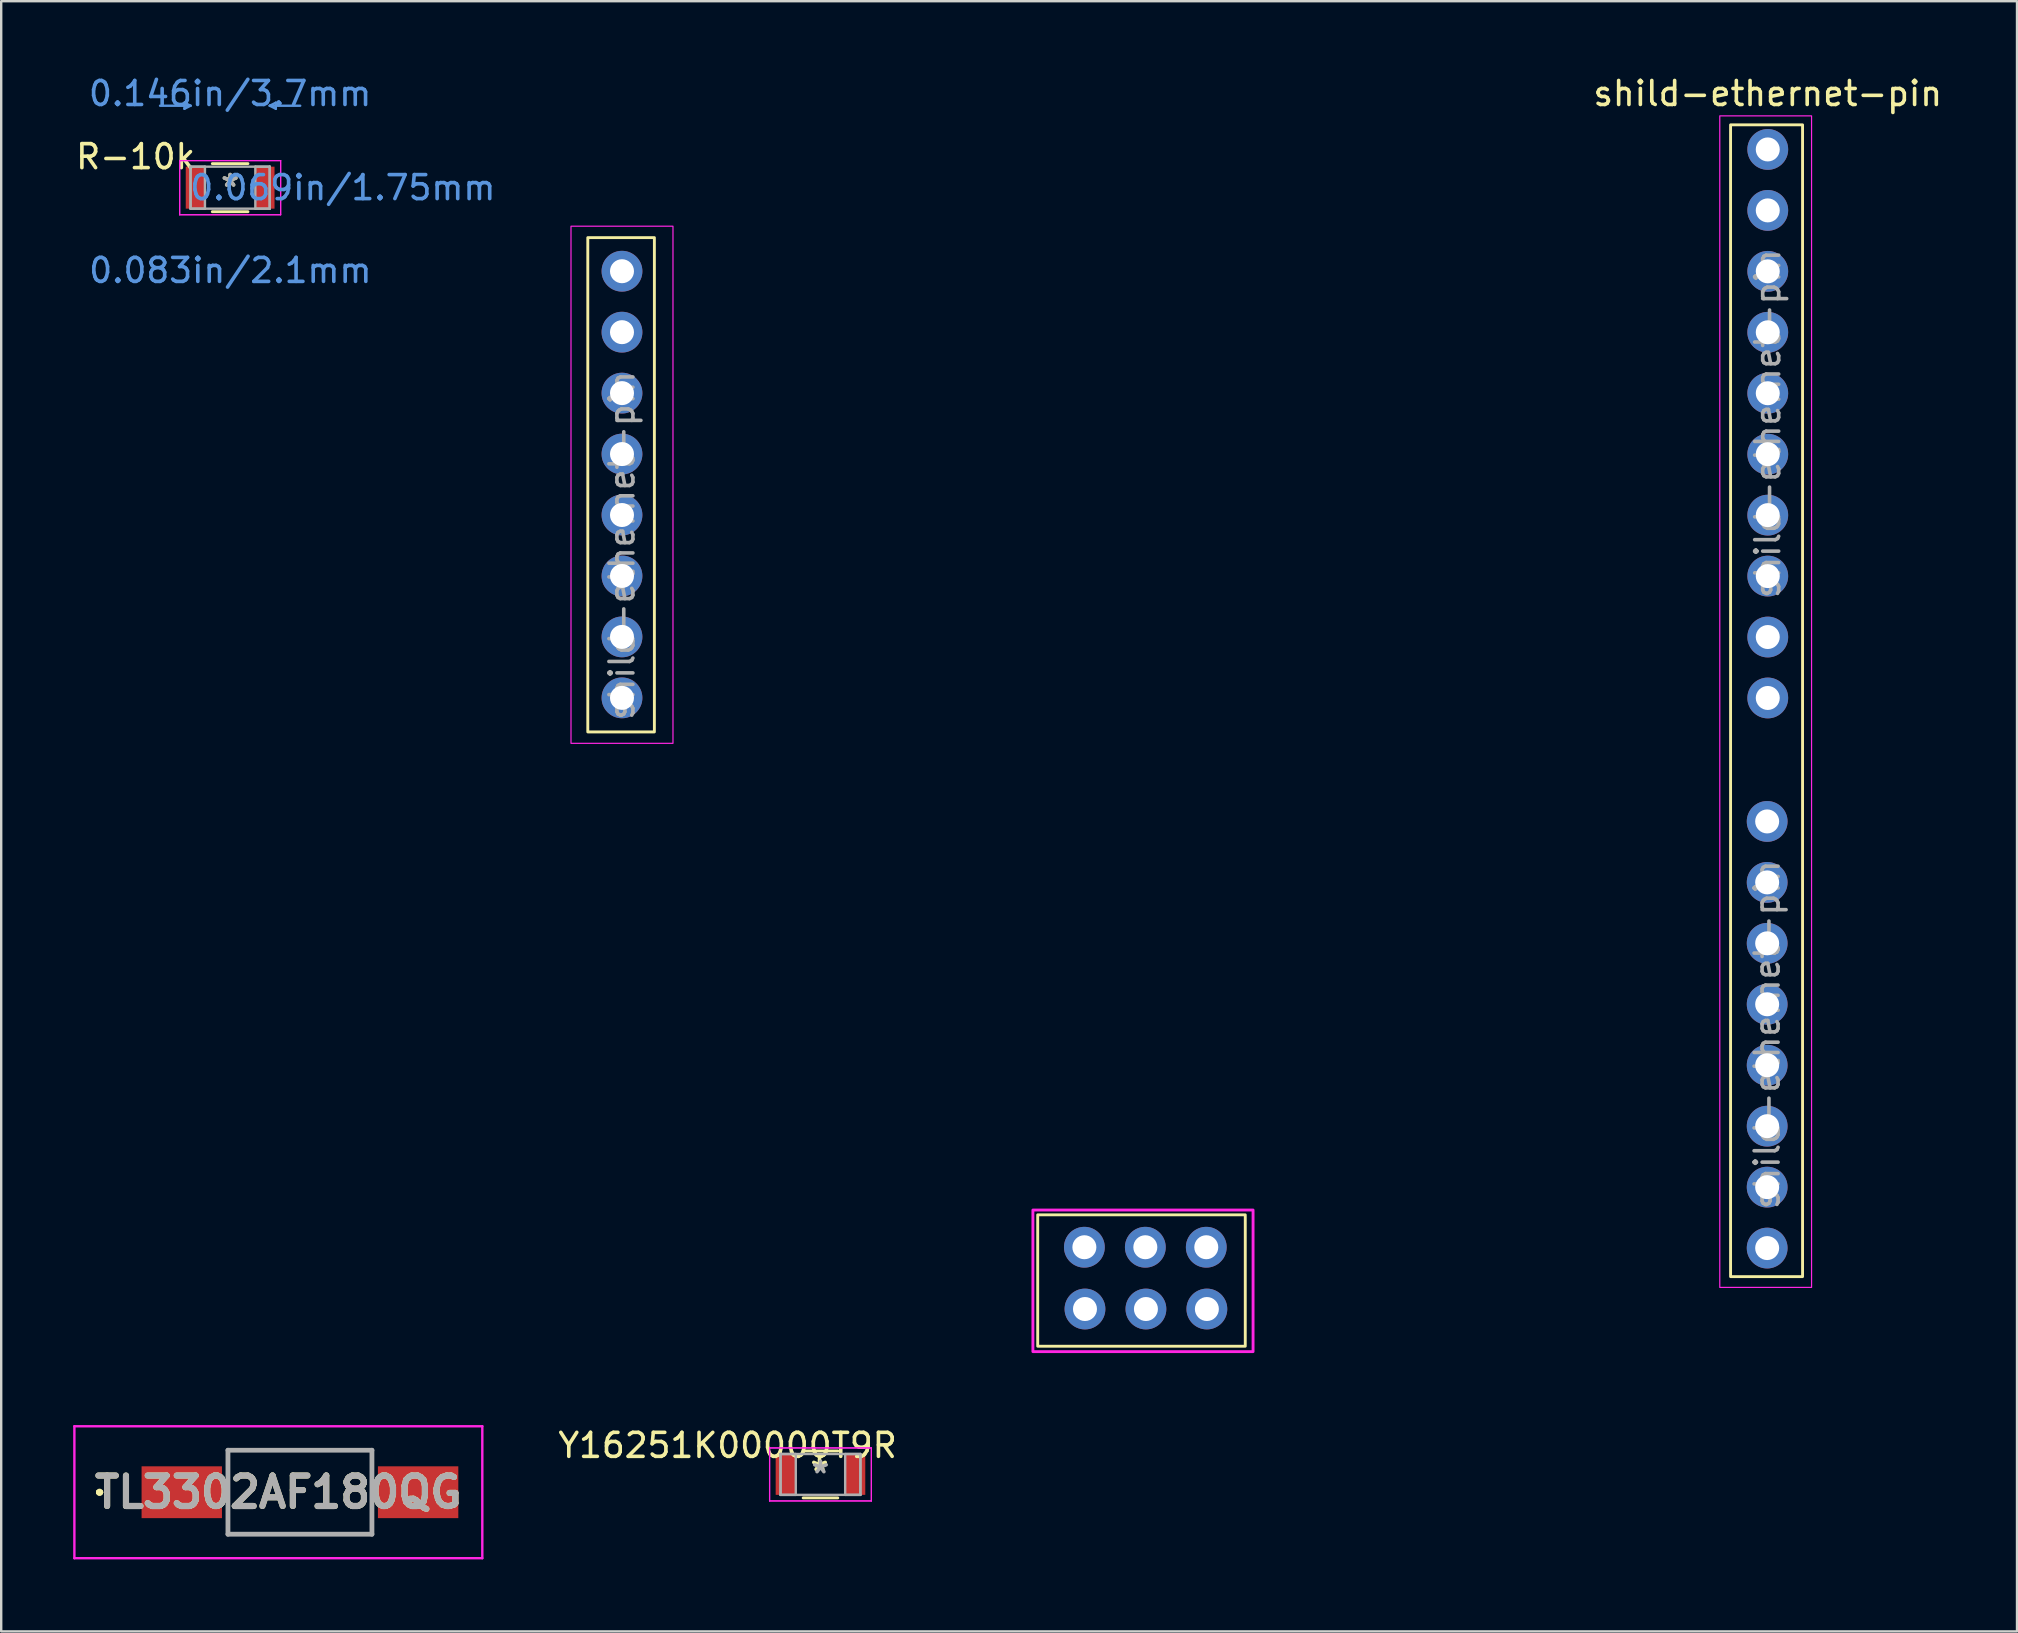
<source format=kicad_pcb>
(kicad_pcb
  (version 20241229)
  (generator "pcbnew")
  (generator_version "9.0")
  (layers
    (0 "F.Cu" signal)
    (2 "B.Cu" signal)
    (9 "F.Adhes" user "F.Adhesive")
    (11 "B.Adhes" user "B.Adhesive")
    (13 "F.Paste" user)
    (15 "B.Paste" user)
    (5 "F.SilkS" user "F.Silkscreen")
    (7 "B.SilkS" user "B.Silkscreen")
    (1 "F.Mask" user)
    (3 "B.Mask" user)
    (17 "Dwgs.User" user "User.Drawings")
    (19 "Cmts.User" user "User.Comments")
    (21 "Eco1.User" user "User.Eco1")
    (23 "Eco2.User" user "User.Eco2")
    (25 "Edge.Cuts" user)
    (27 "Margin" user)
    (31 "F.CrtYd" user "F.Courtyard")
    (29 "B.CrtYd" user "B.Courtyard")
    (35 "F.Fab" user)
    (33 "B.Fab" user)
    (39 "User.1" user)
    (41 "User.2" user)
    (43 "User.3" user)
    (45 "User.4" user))
  (footprint "TL3302AF180QG"
    (layer "F.Cu")
    (at 9.45 59.138)
    (property "Reference" "TL3302AF180QG" (at -0.9 0 0) (layer "F.SilkS") (effects (font (size 1.27 1.27) (thickness 0.254))))
    (attr smd)
    (fp_line (start -8.4 0) (end -8.4 0) (stroke (width 0.2) (type solid)) (layer "F.SilkS"))
    (fp_line (start -8.4 0) (end -8.4 0) (stroke (width 0.2) (type solid)) (layer "F.SilkS"))
    (fp_line (start -8.3 0) (end -8.3 0) (stroke (width 0.2) (type solid)) (layer "F.SilkS"))
    (fp_line (start -3 -1.75) (end -3 1.75) (stroke (width 0.1) (type solid)) (layer "F.SilkS"))
    (fp_line (start -3 1.75) (end 3 1.75) (stroke (width 0.1) (type solid)) (layer "F.SilkS"))
    (fp_line (start 3 -1.75) (end -3 -1.75) (stroke (width 0.1) (type solid)) (layer "F.SilkS"))
    (fp_line (start 3 1.75) (end 3 -1.75) (stroke (width 0.1) (type solid)) (layer "F.SilkS"))
    (fp_arc (start -8.4 0) (mid -8.35 -0.05) (end -8.3 0) (stroke (width 0.2) (type solid)) (layer "F.SilkS"))
    (fp_arc (start -8.3 0) (mid -8.35 0.05) (end -8.4 0) (stroke (width 0.2) (type solid)) (layer "F.SilkS"))
    (fp_arc (start -8.3 0) (mid -8.35 0.05) (end -8.4 0) (stroke (width 0.2) (type solid)) (layer "F.SilkS"))
    (fp_line (start -9.4 -2.75) (end 7.6 -2.75) (stroke (width 0.1) (type solid)) (layer "F.CrtYd"))
    (fp_line (start -9.4 2.75) (end -9.4 -2.75) (stroke (width 0.1) (type solid)) (layer "F.CrtYd"))
    (fp_line (start 7.6 -2.75) (end 7.6 2.75) (stroke (width 0.1) (type solid)) (layer "F.CrtYd"))
    (fp_line (start 7.6 2.75) (end -9.4 2.75) (stroke (width 0.1) (type solid)) (layer "F.CrtYd"))
    (fp_line (start -3 -1.75) (end -3 1.75) (stroke (width 0.2) (type solid)) (layer "F.Fab"))
    (fp_line (start -3 1.75) (end 3 1.75) (stroke (width 0.2) (type solid)) (layer "F.Fab"))
    (fp_line (start 3 -1.75) (end -3 -1.75) (stroke (width 0.2) (type solid)) (layer "F.Fab"))
    (fp_line (start 3 1.75) (end 3 -1.75) (stroke (width 0.2) (type solid)) (layer "F.Fab"))
    (fp_text user "${REFERENCE}" (at -0.9 0 0) (layer "F.Fab") (effects (font (size 1.27 1.27) (thickness 0.254))))
    (pad "1" smd rect (at -4.925 0 90) (size 2.16 3.35) (layers "F.Cu" "F.Mask" "F.Paste"))
    (pad "2" smd rect (at 4.925 0 90) (size 2.16 3.35) (layers "F.Cu" "F.Mask" "F.Paste")))
  (footprint "Y16251K00000T9R"
    (layer "F.Cu")
    (at 31.143 58.397)
    (property "Reference" "Y16251K00000T9R" (at -3.87 -1.21 0) (layer "F.SilkS") (effects (font (size 1 1) (thickness 0.15))))
    (attr through_hole)
    (fp_line (start -0.721 0.978) (end 0.721 0.978) (stroke (width 0.12) (type solid)) (layer "F.SilkS"))
    (fp_line (start 0.721 -0.978) (end -0.721 -0.978) (stroke (width 0.12) (type solid)) (layer "F.SilkS"))
    (fp_line (start -2.121 -1.105) (end 2.121 -1.105) (stroke (width 0.05) (type solid)) (layer "F.CrtYd"))
    (fp_line (start -2.121 -1.105) (end 2.121 -1.105) (stroke (width 0.05) (type solid)) (layer "F.CrtYd"))
    (fp_line (start -2.121 1.105) (end -2.121 -1.105) (stroke (width 0.05) (type solid)) (layer "F.CrtYd"))
    (fp_line (start -2.121 1.105) (end -2.121 -1.105) (stroke (width 0.05) (type solid)) (layer "F.CrtYd"))
    (fp_line (start 2.121 -1.105) (end 2.121 1.105) (stroke (width 0.05) (type solid)) (layer "F.CrtYd"))
    (fp_line (start 2.121 -1.105) (end 2.121 1.105) (stroke (width 0.05) (type solid)) (layer "F.CrtYd"))
    (fp_line (start 2.121 1.105) (end -2.121 1.105) (stroke (width 0.05) (type solid)) (layer "F.CrtYd"))
    (fp_line (start 2.121 1.105) (end -2.121 1.105) (stroke (width 0.05) (type solid)) (layer "F.CrtYd"))
    (fp_line (start -1.664 -0.851) (end -1.664 0.851) (stroke (width 0.1) (type solid)) (layer "F.Fab"))
    (fp_line (start -1.664 -0.851) (end -1.664 0.851) (stroke (width 0.1) (type solid)) (layer "F.Fab"))
    (fp_line (start -1.664 0.851) (end -1.029 0.851) (stroke (width 0.1) (type solid)) (layer "F.Fab"))
    (fp_line (start -1.664 0.851) (end 1.664 0.851) (stroke (width 0.1) (type solid)) (layer "F.Fab"))
    (fp_line (start -1.029 -0.851) (end -1.664 -0.851) (stroke (width 0.1) (type solid)) (layer "F.Fab"))
    (fp_line (start -1.029 0.851) (end -1.029 -0.851) (stroke (width 0.1) (type solid)) (layer "F.Fab"))
    (fp_line (start 1.029 -0.851) (end 1.029 0.851) (stroke (width 0.1) (type solid)) (layer "F.Fab"))
    (fp_line (start 1.029 0.851) (end 1.664 0.851) (stroke (width 0.1) (type solid)) (layer "F.Fab"))
    (fp_line (start 1.664 -0.851) (end -1.664 -0.851) (stroke (width 0.1) (type solid)) (layer "F.Fab"))
    (fp_line (start 1.664 -0.851) (end 1.029 -0.851) (stroke (width 0.1) (type solid)) (layer "F.Fab"))
    (fp_line (start 1.664 0.851) (end 1.664 -0.851) (stroke (width 0.1) (type solid)) (layer "F.Fab"))
    (fp_line (start 1.664 0.851) (end 1.664 -0.851) (stroke (width 0.1) (type solid)) (layer "F.Fab"))
    (fp_text user "*" (at -0.04 -0.1 0) (layer "F.SilkS") (effects (font (size 1 1) (thickness 0.15))))
    (fp_text user "Copyright 2021 Accelerated Designs. All rights reserved." (at 0 0 0) (layer "Cmts.User") (effects (font (size 0.127 0.127) (thickness 0.002))))
    (fp_text user "*" (at 0 0 0) (layer "F.Fab") (effects (font (size 1 1) (thickness 0.15))))
    (pad "1" smd rect (at -1.448 0) (size 0.838 1.702) (layers "F.Cu" "F.Mask" "F.Paste"))
    (pad "2" smd rect (at 1.448 0) (size 0.838 1.702) (layers "F.Cu" "F.Mask" "F.Paste")))
  (footprint "shild-ethernet-pin"
    (layer "F.Cu")
    (at 44.696 24.903)
    (property "Reference" "shild-ethernet-pin" (at 25.925 -24.055 0) (layer "F.SilkS") (effects (font (size 1 1) (thickness 0.15))))
    (attr through_hole)
    (fp_rect (start -23.25 -18.05) (end -20.475 2.55) (stroke (width 0.12) (type solid)) (fill no) (layer "F.SilkS"))
    (fp_rect (start -4.5 22.675) (end 4.15 28.15) (stroke (width 0.12) (type solid)) (fill no) (layer "F.SilkS"))
    (fp_rect (start 24.375 -22.75) (end 27.375 25.25) (stroke (width 0.12) (type solid)) (fill no) (layer "F.SilkS"))
    (fp_rect (start -23.95 -18.525) (end -19.7 3.025) (stroke (width 0.05) (type solid)) (fill no) (layer "F.CrtYd"))
    (fp_rect (start -4.7 22.475) (end 4.475 28.375) (stroke (width 0.12) (type solid)) (fill no) (layer "F.CrtYd"))
    (fp_rect (start 23.925 -23.125) (end 27.75 25.7) (stroke (width 0.05) (type solid)) (fill no) (layer "F.CrtYd"))
    (fp_text user "${REFERENCE}" (at 25.925 -10.295 90) (layer "F.Fab") (effects (font (size 1 1) (thickness 0.15))))
    (fp_text user "${REFERENCE}" (at 25.9 15.17 270) (layer "F.Fab") (effects (font (size 1 1) (thickness 0.15))))
    (fp_text user "${REFERENCE}" (at -21.825 -5.22 90) (layer "F.Fab") (effects (font (size 1 1) (thickness 0.15))))
    (pad "1" thru_hole oval (at 25.9 24.06 180) (size 1.7 1.7) (drill 1) (layers "*.Cu" "*.Mask"))
    (pad "2" thru_hole oval (at 25.9 21.52 180) (size 1.7 1.7) (drill 1) (layers "*.Cu" "*.Mask"))
    (pad "3" thru_hole oval (at 25.9 18.98 180) (size 1.7 1.7) (drill 1) (layers "*.Cu" "*.Mask"))
    (pad "4" thru_hole oval (at 25.9 16.44 180) (size 1.7 1.7) (drill 1) (layers "*.Cu" "*.Mask"))
    (pad "5" thru_hole oval (at 25.9 13.9 180) (size 1.7 1.7) (drill 1) (layers "*.Cu" "*.Mask"))
    (pad "6" thru_hole oval (at 25.9 11.36 180) (size 1.7 1.7) (drill 1) (layers "*.Cu" "*.Mask"))
    (pad "7" thru_hole oval (at 25.9 8.82 180) (size 1.7 1.7) (drill 1) (layers "*.Cu" "*.Mask"))
    (pad "8" thru_hole oval (at 25.9 6.28 180) (size 1.7 1.7) (drill 1) (layers "*.Cu" "*.Mask"))
    (pad "9" thru_hole oval (at 25.925 1.135) (size 1.7 1.7) (drill 1) (layers "*.Cu" "*.Mask"))
    (pad "10" thru_hole oval (at 25.925 -1.405) (size 1.7 1.7) (drill 1) (layers "*.Cu" "*.Mask"))
    (pad "11" thru_hole oval (at 25.925 -3.945) (size 1.7 1.7) (drill 1) (layers "*.Cu" "*.Mask"))
    (pad "12" thru_hole oval (at 25.925 -6.485) (size 1.7 1.7) (drill 1) (layers "*.Cu" "*.Mask"))
    (pad "13" thru_hole oval (at 25.925 -9.025) (size 1.7 1.7) (drill 1) (layers "*.Cu" "*.Mask"))
    (pad "14" thru_hole oval (at 25.925 -11.565) (size 1.7 1.7) (drill 1) (layers "*.Cu" "*.Mask"))
    (pad "15" thru_hole oval (at 25.925 -14.105) (size 1.7 1.7) (drill 1) (layers "*.Cu" "*.Mask"))
    (pad "16" thru_hole oval (at 25.925 -16.645) (size 1.7 1.7) (drill 1) (layers "*.Cu" "*.Mask"))
    (pad "17" thru_hole oval (at 25.925 -19.185) (size 1.7 1.7) (drill 1) (layers "*.Cu" "*.Mask"))
    (pad "18" thru_hole oval (at 25.925 -21.725) (size 1.7 1.7) (drill 1) (layers "*.Cu" "*.Mask"))
    (pad "19" thru_hole oval (at -21.825 -16.65) (size 1.7 1.7) (drill 1) (layers "*.Cu" "*.Mask"))
    (pad "20" thru_hole oval (at -21.825 -14.11) (size 1.7 1.7) (drill 1) (layers "*.Cu" "*.Mask"))
    (pad "21" thru_hole oval (at -21.825 -11.57) (size 1.7 1.7) (drill 1) (layers "*.Cu" "*.Mask"))
    (pad "22" thru_hole oval (at -21.825 -9.03) (size 1.7 1.7) (drill 1) (layers "*.Cu" "*.Mask"))
    (pad "23" thru_hole oval (at -21.825 -6.49) (size 1.7 1.7) (drill 1) (layers "*.Cu" "*.Mask"))
    (pad "24" thru_hole oval (at -21.825 -3.95) (size 1.7 1.7) (drill 1) (layers "*.Cu" "*.Mask"))
    (pad "25" thru_hole oval (at -21.825 -1.41) (size 1.7 1.7) (drill 1) (layers "*.Cu" "*.Mask"))
    (pad "26" thru_hole oval (at -21.825 1.13) (size 1.7 1.7) (drill 1) (layers "*.Cu" "*.Mask"))
    (pad "27" thru_hole oval (at 2.525 24.025 270) (size 1.7 1.7) (drill 1) (layers "*.Cu" "*.Mask"))
    (pad "28" thru_hole oval (at 2.55 26.6 270) (size 1.7 1.7) (drill 1) (layers "*.Cu" "*.Mask"))
    (pad "29" thru_hole oval (at -0.015 24.025 270) (size 1.7 1.7) (drill 1) (layers "*.Cu" "*.Mask"))
    (pad "30" thru_hole oval (at 0.01 26.6 270) (size 1.7 1.7) (drill 1) (layers "*.Cu" "*.Mask"))
    (pad "31" thru_hole oval (at -2.555 24.025 270) (size 1.7 1.7) (drill 1) (layers "*.Cu" "*.Mask"))
    (pad "32" thru_hole oval (at -2.53 26.6 270) (size 1.7 1.7) (drill 1) (layers "*.Cu" "*.Mask" "B.Paste")))
  (footprint "R-10k"
    (layer "F.Cu")
    (at 6.541 4.771)
    (property "Reference" "R-10k" (at -3.94 -1.29 0) (layer "F.SilkS") (effects (font (size 1 1) (thickness 0.15))))
    (attr through_hole)
    (fp_line (start -0.742 1.002) (end 0.742 1.002) (stroke (width 0.12) (type solid)) (layer "F.SilkS"))
    (fp_line (start 0.742 -1.002) (end -0.742 -1.002) (stroke (width 0.12) (type solid)) (layer "F.SilkS"))
    (fp_line (start -1.904 -3.542) (end -1.904 -3.288) (stroke (width 0.1) (type solid)) (layer "Cmts.User"))
    (fp_line (start -1.65 -3.415) (end -2.92 -3.415) (stroke (width 0.1) (type solid)) (layer "Cmts.User"))
    (fp_line (start -1.65 -3.415) (end -1.904 -3.542) (stroke (width 0.1) (type solid)) (layer "Cmts.User"))
    (fp_line (start -1.65 -3.415) (end -1.904 -3.288) (stroke (width 0.1) (type solid)) (layer "Cmts.User"))
    (fp_line (start 1.65 -3.415) (end 1.904 -3.542) (stroke (width 0.1) (type solid)) (layer "Cmts.User"))
    (fp_line (start 1.65 -3.415) (end 1.904 -3.288) (stroke (width 0.1) (type solid)) (layer "Cmts.User"))
    (fp_line (start 1.65 -3.415) (end 2.92 -3.415) (stroke (width 0.1) (type solid)) (layer "Cmts.User"))
    (fp_line (start 1.904 -3.542) (end 1.904 -3.288) (stroke (width 0.1) (type solid)) (layer "Cmts.User"))
    (fp_line (start -2.104 -1.129) (end 2.104 -1.129) (stroke (width 0.05) (type solid)) (layer "F.CrtYd"))
    (fp_line (start -2.104 -1.129) (end 2.104 -1.129) (stroke (width 0.05) (type solid)) (layer "F.CrtYd"))
    (fp_line (start -2.104 1.129) (end -2.104 -1.129) (stroke (width 0.05) (type solid)) (layer "F.CrtYd"))
    (fp_line (start -2.104 1.129) (end -2.104 -1.129) (stroke (width 0.05) (type solid)) (layer "F.CrtYd"))
    (fp_line (start 2.104 -1.129) (end 2.104 1.129) (stroke (width 0.05) (type solid)) (layer "F.CrtYd"))
    (fp_line (start 2.104 -1.129) (end 2.104 1.129) (stroke (width 0.05) (type solid)) (layer "F.CrtYd"))
    (fp_line (start 2.104 1.129) (end -2.104 1.129) (stroke (width 0.05) (type solid)) (layer "F.CrtYd"))
    (fp_line (start 2.104 1.129) (end -2.104 1.129) (stroke (width 0.05) (type solid)) (layer "F.CrtYd"))
    (fp_line (start -1.65 -0.875) (end -1.65 0.875) (stroke (width 0.1) (type solid)) (layer "F.Fab"))
    (fp_line (start -1.65 -0.875) (end -1.65 0.875) (stroke (width 0.1) (type solid)) (layer "F.Fab"))
    (fp_line (start -1.65 0.875) (end -1.05 0.875) (stroke (width 0.1) (type solid)) (layer "F.Fab"))
    (fp_line (start -1.65 0.875) (end 1.65 0.875) (stroke (width 0.1) (type solid)) (layer "F.Fab"))
    (fp_line (start -1.05 -0.875) (end -1.65 -0.875) (stroke (width 0.1) (type solid)) (layer "F.Fab"))
    (fp_line (start -1.05 0.875) (end -1.05 -0.875) (stroke (width 0.1) (type solid)) (layer "F.Fab"))
    (fp_line (start 1.05 -0.875) (end 1.05 0.875) (stroke (width 0.1) (type solid)) (layer "F.Fab"))
    (fp_line (start 1.05 0.875) (end 1.65 0.875) (stroke (width 0.1) (type solid)) (layer "F.Fab"))
    (fp_line (start 1.65 -0.875) (end -1.65 -0.875) (stroke (width 0.1) (type solid)) (layer "F.Fab"))
    (fp_line (start 1.65 -0.875) (end 1.05 -0.875) (stroke (width 0.1) (type solid)) (layer "F.Fab"))
    (fp_line (start 1.65 0.875) (end 1.65 -0.875) (stroke (width 0.1) (type solid)) (layer "F.Fab"))
    (fp_line (start 1.65 0.875) (end 1.65 -0.875) (stroke (width 0.1) (type solid)) (layer "F.Fab"))
    (fp_text user "*" (at 0 0 0) (layer "F.SilkS") (effects (font (size 1 1) (thickness 0.15))))
    (fp_text user "0.069in/1.75mm" (at 4.698 0 0) (layer "Cmts.User") (effects (font (size 1 1) (thickness 0.15))))
    (fp_text user "Copyright 2021 Accelerated Designs. All rights reserved." (at 0 0 0) (layer "Cmts.User") (effects (font (size 0.127 0.127) (thickness 0.002))))
    (fp_text user "0.146in/3.7mm" (at 0 -3.923 0) (layer "Cmts.User") (effects (font (size 1 1) (thickness 0.15))))
    (fp_text user "0.083in/2.1mm" (at 0.01 3.45 0) (layer "Cmts.User") (effects (font (size 1 1) (thickness 0.15))))
    (fp_text user "*" (at 0 0 0) (layer "F.Fab") (effects (font (size 1 1) (thickness 0.15))))
    (pad "1" smd rect (at -1.45 0) (size 0.8 1.75) (layers "F.Cu" "F.Mask" "F.Paste"))
    (pad "2" smd rect (at 1.45 0) (size 0.8 1.75) (layers "F.Cu" "F.Mask" "F.Paste")))
  (gr_rect
    (start -3 -3)
    (end 81.008 64.938)
    (stroke (width 0.1) (type default))
    (fill no)
    (layer "Edge.Cuts")))
</source>
